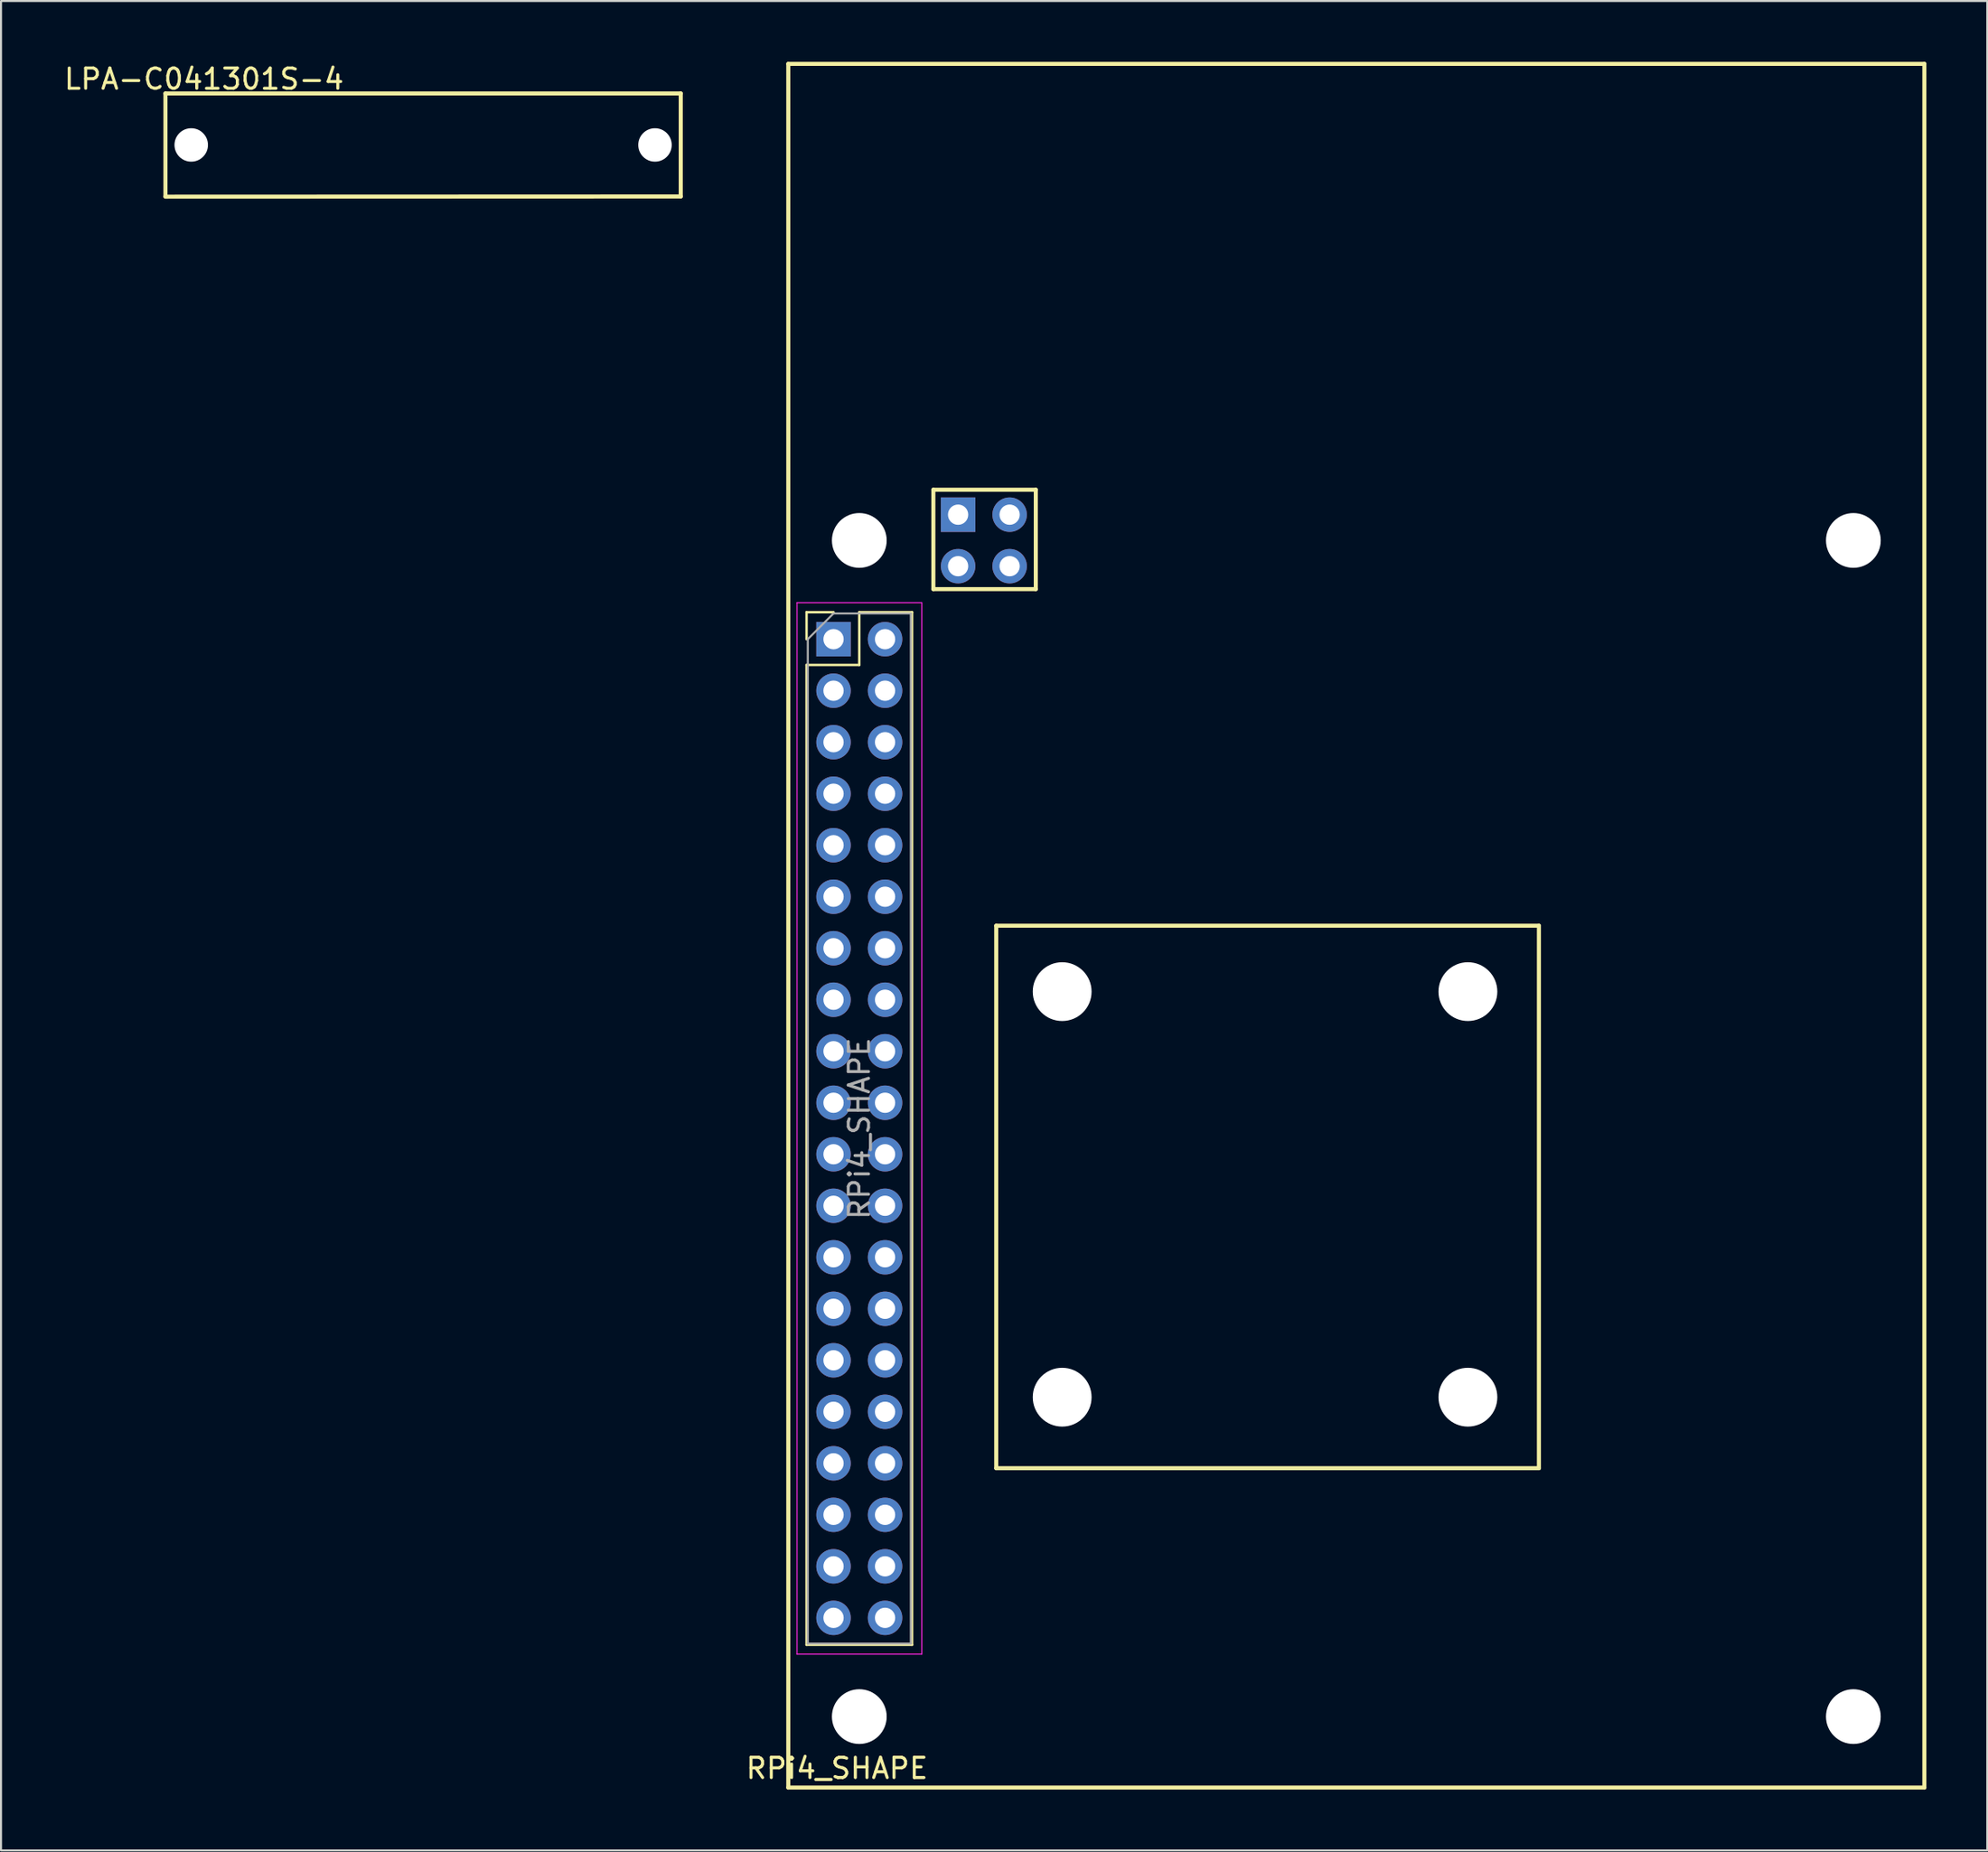
<source format=kicad_pcb>
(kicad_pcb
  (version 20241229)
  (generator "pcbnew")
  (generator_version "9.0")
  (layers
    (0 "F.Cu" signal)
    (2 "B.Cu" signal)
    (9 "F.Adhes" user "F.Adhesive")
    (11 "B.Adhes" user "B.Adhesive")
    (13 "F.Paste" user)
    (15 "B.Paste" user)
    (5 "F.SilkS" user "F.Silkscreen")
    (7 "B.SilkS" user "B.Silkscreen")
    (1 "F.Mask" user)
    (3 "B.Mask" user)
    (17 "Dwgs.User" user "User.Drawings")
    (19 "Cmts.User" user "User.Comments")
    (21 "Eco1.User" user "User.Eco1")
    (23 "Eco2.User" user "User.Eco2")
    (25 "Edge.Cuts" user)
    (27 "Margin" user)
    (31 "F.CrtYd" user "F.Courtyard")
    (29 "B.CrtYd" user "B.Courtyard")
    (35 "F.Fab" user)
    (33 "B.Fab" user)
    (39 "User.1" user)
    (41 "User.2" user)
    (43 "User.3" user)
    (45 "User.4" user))
  (footprint "RPi4_SHAPE"
    (layer "F.Cu")
    (at 39.307 52.6)
    (property "Reference" "RPi4_SHAPE" (at -1.1 31.55 0) (layer "F.SilkS") (effects (font (size 1 1) (thickness 0.15))))
    (attr through_hole)
    (fp_line (start -3.5 -52.5) (end -3.5 32.5) (stroke (width 0.2) (type solid)) (layer "F.SilkS"))
    (fp_line (start -3.5 -52.5) (end 52.5 -52.5) (stroke (width 0.2) (type solid)) (layer "F.SilkS"))
    (fp_line (start -3.5 32.5) (end 52.5 32.5) (stroke (width 0.2) (type solid)) (layer "F.SilkS"))
    (fp_line (start -2.6 -25.46) (end -1.27 -25.46) (stroke (width 0.12) (type solid)) (layer "F.SilkS"))
    (fp_line (start -2.6 -24.13) (end -2.6 -25.46) (stroke (width 0.12) (type solid)) (layer "F.SilkS"))
    (fp_line (start -2.6 -22.86) (end -2.6 25.46) (stroke (width 0.12) (type solid)) (layer "F.SilkS"))
    (fp_line (start -2.6 -22.86) (end 0 -22.86) (stroke (width 0.12) (type solid)) (layer "F.SilkS"))
    (fp_line (start -2.6 25.46) (end 2.6 25.46) (stroke (width 0.12) (type solid)) (layer "F.SilkS"))
    (fp_line (start 0 -25.46) (end 2.6 -25.46) (stroke (width 0.12) (type solid)) (layer "F.SilkS"))
    (fp_line (start 0 -22.86) (end 0 -25.46) (stroke (width 0.12) (type solid)) (layer "F.SilkS"))
    (fp_line (start 2.6 -25.46) (end 2.6 25.46) (stroke (width 0.12) (type solid)) (layer "F.SilkS"))
    (fp_line (start 3.65 -31.5) (end 8.7 -31.5) (stroke (width 0.2) (type solid)) (layer "F.SilkS"))
    (fp_line (start 3.65 -26.6) (end 3.65 -31.5) (stroke (width 0.2) (type solid)) (layer "F.SilkS"))
    (fp_line (start 6.75 -10) (end 6.75 16.75) (stroke (width 0.2) (type solid)) (layer "F.SilkS"))
    (fp_line (start 6.75 -10) (end 33.5 -10) (stroke (width 0.2) (type solid)) (layer "F.SilkS"))
    (fp_line (start 6.75 16.75) (end 33.5 16.75) (stroke (width 0.2) (type solid)) (layer "F.SilkS"))
    (fp_line (start 8.7 -31.5) (end 8.7 -26.6) (stroke (width 0.2) (type solid)) (layer "F.SilkS"))
    (fp_line (start 8.7 -26.6) (end 3.65 -26.6) (stroke (width 0.2) (type solid)) (layer "F.SilkS"))
    (fp_line (start 33.5 16.75) (end 33.5 -10) (stroke (width 0.2) (type solid)) (layer "F.SilkS"))
    (fp_line (start 52.5 -52.5) (end 52.5 32.5) (stroke (width 0.2) (type solid)) (layer "F.SilkS"))
    (fp_line (start -3.07 -25.93) (end -3.07 25.92) (stroke (width 0.05) (type solid)) (layer "F.CrtYd"))
    (fp_line (start -3.07 25.92) (end 3.08 25.92) (stroke (width 0.05) (type solid)) (layer "F.CrtYd"))
    (fp_line (start 3.08 -25.93) (end -3.07 -25.93) (stroke (width 0.05) (type solid)) (layer "F.CrtYd"))
    (fp_line (start 3.08 25.92) (end 3.08 -25.93) (stroke (width 0.05) (type solid)) (layer "F.CrtYd"))
    (fp_line (start -2.54 -24.13) (end -1.27 -25.4) (stroke (width 0.1) (type solid)) (layer "F.Fab"))
    (fp_line (start -2.54 25.4) (end -2.54 -24.13) (stroke (width 0.1) (type solid)) (layer "F.Fab"))
    (fp_line (start -1.27 -25.4) (end 2.54 -25.4) (stroke (width 0.1) (type solid)) (layer "F.Fab"))
    (fp_line (start 2.54 -25.4) (end 2.54 25.4) (stroke (width 0.1) (type solid)) (layer "F.Fab"))
    (fp_line (start 2.54 25.4) (end -2.54 25.4) (stroke (width 0.1) (type solid)) (layer "F.Fab"))
    (fp_text user "${REFERENCE}" (at 0 0 90) (layer "F.Fab") (effects (font (size 1 1) (thickness 0.15))))
    (pad "" np_thru_hole oval (at 0 -29) (size 2.7 2.7) (drill 2.7) (layers "*.Cu" "*.Mask"))
    (pad "" np_thru_hole oval (at 0 29) (size 2.7 2.7) (drill 2.7) (layers "*.Cu" "*.Mask"))
    (pad "" np_thru_hole circle (at 10 -6.75) (size 2.9 2.9) (drill 2.9) (layers "*.Cu" "*.Mask"))
    (pad "" np_thru_hole circle (at 10 13.25) (size 2.9 2.9) (drill 2.9) (layers "*.Cu" "*.Mask"))
    (pad "" np_thru_hole circle (at 30 -6.75) (size 2.9 2.9) (drill 2.9) (layers "*.Cu" "*.Mask"))
    (pad "" np_thru_hole circle (at 30 13.25) (size 2.9 2.9) (drill 2.9) (layers "*.Cu" "*.Mask"))
    (pad "" np_thru_hole oval (at 49 -29) (size 2.7 2.7) (drill 2.7) (layers "*.Cu" "*.Mask"))
    (pad "" np_thru_hole oval (at 49 29) (size 2.7 2.7) (drill 2.7) (layers "*.Cu" "*.Mask"))
    (pad "1" thru_hole rect (at -1.27 -24.13) (size 1.7 1.7) (drill 1) (layers "*.Cu" "*.Mask"))
    (pad "2" thru_hole oval (at 1.27 -24.13) (size 1.7 1.7) (drill 1) (layers "*.Cu" "*.Mask"))
    (pad "3" thru_hole oval (at -1.27 -21.59) (size 1.7 1.7) (drill 1) (layers "*.Cu" "*.Mask"))
    (pad "4" thru_hole oval (at 1.27 -21.59) (size 1.7 1.7) (drill 1) (layers "*.Cu" "*.Mask"))
    (pad "5" thru_hole oval (at -1.27 -19.05) (size 1.7 1.7) (drill 1) (layers "*.Cu" "*.Mask"))
    (pad "6" thru_hole oval (at 1.27 -19.05) (size 1.7 1.7) (drill 1) (layers "*.Cu" "*.Mask"))
    (pad "7" thru_hole oval (at -1.27 -16.51) (size 1.7 1.7) (drill 1) (layers "*.Cu" "*.Mask"))
    (pad "8" thru_hole oval (at 1.27 -16.51) (size 1.7 1.7) (drill 1) (layers "*.Cu" "*.Mask"))
    (pad "9" thru_hole oval (at -1.27 -13.97) (size 1.7 1.7) (drill 1) (layers "*.Cu" "*.Mask"))
    (pad "10" thru_hole oval (at 1.27 -13.97) (size 1.7 1.7) (drill 1) (layers "*.Cu" "*.Mask"))
    (pad "11" thru_hole oval (at -1.27 -11.43) (size 1.7 1.7) (drill 1) (layers "*.Cu" "*.Mask"))
    (pad "12" thru_hole oval (at 1.27 -11.43) (size 1.7 1.7) (drill 1) (layers "*.Cu" "*.Mask"))
    (pad "13" thru_hole oval (at -1.27 -8.89) (size 1.7 1.7) (drill 1) (layers "*.Cu" "*.Mask"))
    (pad "14" thru_hole oval (at 1.27 -8.89) (size 1.7 1.7) (drill 1) (layers "*.Cu" "*.Mask"))
    (pad "15" thru_hole oval (at -1.27 -6.35) (size 1.7 1.7) (drill 1) (layers "*.Cu" "*.Mask"))
    (pad "16" thru_hole oval (at 1.27 -6.35) (size 1.7 1.7) (drill 1) (layers "*.Cu" "*.Mask"))
    (pad "17" thru_hole oval (at -1.27 -3.81) (size 1.7 1.7) (drill 1) (layers "*.Cu" "*.Mask"))
    (pad "18" thru_hole oval (at 1.27 -3.81) (size 1.7 1.7) (drill 1) (layers "*.Cu" "*.Mask"))
    (pad "19" thru_hole oval (at -1.27 -1.27) (size 1.7 1.7) (drill 1) (layers "*.Cu" "*.Mask"))
    (pad "20" thru_hole oval (at 1.27 -1.27) (size 1.7 1.7) (drill 1) (layers "*.Cu" "*.Mask"))
    (pad "21" thru_hole oval (at -1.27 1.27) (size 1.7 1.7) (drill 1) (layers "*.Cu" "*.Mask"))
    (pad "22" thru_hole oval (at 1.27 1.27) (size 1.7 1.7) (drill 1) (layers "*.Cu" "*.Mask"))
    (pad "23" thru_hole oval (at -1.27 3.81) (size 1.7 1.7) (drill 1) (layers "*.Cu" "*.Mask"))
    (pad "24" thru_hole oval (at 1.27 3.81) (size 1.7 1.7) (drill 1) (layers "*.Cu" "*.Mask"))
    (pad "25" thru_hole oval (at -1.27 6.35) (size 1.7 1.7) (drill 1) (layers "*.Cu" "*.Mask"))
    (pad "26" thru_hole oval (at 1.27 6.35) (size 1.7 1.7) (drill 1) (layers "*.Cu" "*.Mask"))
    (pad "27" thru_hole oval (at -1.27 8.89) (size 1.7 1.7) (drill 1) (layers "*.Cu" "*.Mask"))
    (pad "28" thru_hole oval (at 1.27 8.89) (size 1.7 1.7) (drill 1) (layers "*.Cu" "*.Mask"))
    (pad "29" thru_hole oval (at -1.27 11.43) (size 1.7 1.7) (drill 1) (layers "*.Cu" "*.Mask"))
    (pad "30" thru_hole oval (at 1.27 11.43) (size 1.7 1.7) (drill 1) (layers "*.Cu" "*.Mask"))
    (pad "31" thru_hole oval (at -1.27 13.97) (size 1.7 1.7) (drill 1) (layers "*.Cu" "*.Mask"))
    (pad "32" thru_hole oval (at 1.27 13.97) (size 1.7 1.7) (drill 1) (layers "*.Cu" "*.Mask"))
    (pad "33" thru_hole oval (at -1.27 16.51) (size 1.7 1.7) (drill 1) (layers "*.Cu" "*.Mask"))
    (pad "34" thru_hole oval (at 1.27 16.51) (size 1.7 1.7) (drill 1) (layers "*.Cu" "*.Mask"))
    (pad "35" thru_hole oval (at -1.27 19.05) (size 1.7 1.7) (drill 1) (layers "*.Cu" "*.Mask"))
    (pad "36" thru_hole oval (at 1.27 19.05) (size 1.7 1.7) (drill 1) (layers "*.Cu" "*.Mask"))
    (pad "37" thru_hole oval (at -1.27 21.59) (size 1.7 1.7) (drill 1) (layers "*.Cu" "*.Mask"))
    (pad "38" thru_hole oval (at 1.27 21.59) (size 1.7 1.7) (drill 1) (layers "*.Cu" "*.Mask"))
    (pad "39" thru_hole oval (at -1.27 24.13) (size 1.7 1.7) (drill 1) (layers "*.Cu" "*.Mask"))
    (pad "40" thru_hole oval (at 1.27 24.13) (size 1.7 1.7) (drill 1) (layers "*.Cu" "*.Mask"))
    (pad "41" thru_hole rect (at 4.87 -30.27) (size 1.7 1.7) (drill 1) (layers "*.Cu" "*.Mask"))
    (pad "42" thru_hole oval (at 7.41 -30.27) (size 1.7 1.7) (drill 1) (layers "*.Cu" "*.Mask"))
    (pad "43" thru_hole circle (at 4.87 -27.73) (size 1.7 1.7) (drill 1) (layers "*.Cu" "*.Mask"))
    (pad "44" thru_hole oval (at 7.41 -27.73) (size 1.7 1.7) (drill 1) (layers "*.Cu" "*.Mask")))
  (footprint "LPA-C041301S-4"
    (layer "F.Cu")
    (at 17.806 4.098)
    (property "Reference" "LPA-C041301S-4" (at -10.8 -3.25 0) (layer "F.SilkS") (effects (font (size 1 1) (thickness 0.15))))
    (attr through_hole)
    (fp_line (start -12.7 -2.54) (end -12.7 2.54) (stroke (width 0.2) (type solid)) (layer "F.SilkS"))
    (fp_line (start -12.7 -2.54) (end 12.7 -2.54) (stroke (width 0.2) (type solid)) (layer "F.SilkS"))
    (fp_line (start 12.7 -2.54) (end 12.7 2.54) (stroke (width 0.2) (type solid)) (layer "F.SilkS"))
    (fp_line (start 12.7 2.54) (end -12.7 2.55) (stroke (width 0.2) (type solid)) (layer "F.SilkS"))
    (pad "" np_thru_hole circle (at -11.43 0) (size 1.65 1.65) (drill 1.65) (layers "*.Cu" "*.Mask"))
    (pad "" np_thru_hole circle (at 11.43 0) (size 1.65 1.65) (drill 1.65) (layers "*.Cu" "*.Mask")))
  (gr_rect
    (start -3 -3)
    (end 94.907 88.2)
    (stroke (width 0.1) (type default))
    (fill no)
    (layer "Edge.Cuts")))
</source>
